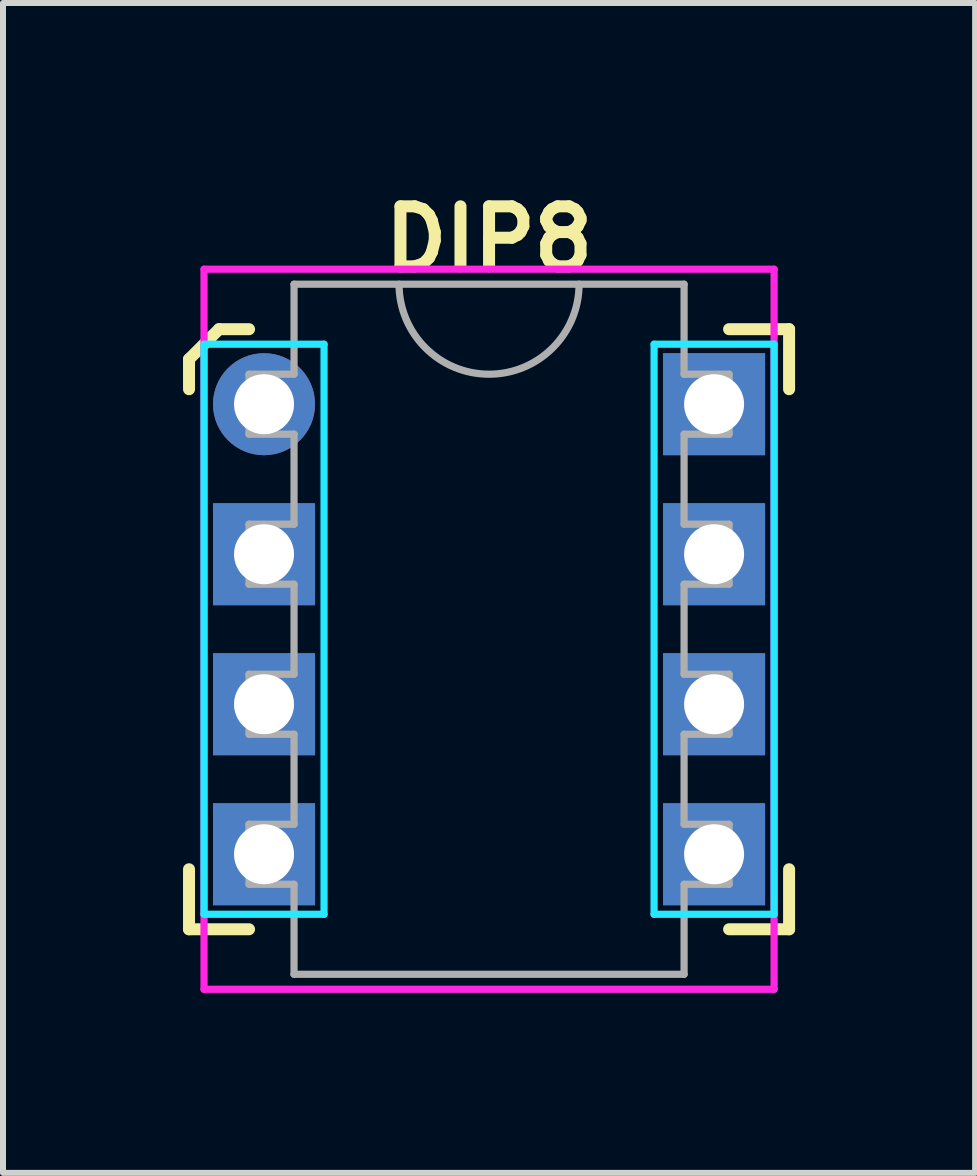
<source format=kicad_pcb>
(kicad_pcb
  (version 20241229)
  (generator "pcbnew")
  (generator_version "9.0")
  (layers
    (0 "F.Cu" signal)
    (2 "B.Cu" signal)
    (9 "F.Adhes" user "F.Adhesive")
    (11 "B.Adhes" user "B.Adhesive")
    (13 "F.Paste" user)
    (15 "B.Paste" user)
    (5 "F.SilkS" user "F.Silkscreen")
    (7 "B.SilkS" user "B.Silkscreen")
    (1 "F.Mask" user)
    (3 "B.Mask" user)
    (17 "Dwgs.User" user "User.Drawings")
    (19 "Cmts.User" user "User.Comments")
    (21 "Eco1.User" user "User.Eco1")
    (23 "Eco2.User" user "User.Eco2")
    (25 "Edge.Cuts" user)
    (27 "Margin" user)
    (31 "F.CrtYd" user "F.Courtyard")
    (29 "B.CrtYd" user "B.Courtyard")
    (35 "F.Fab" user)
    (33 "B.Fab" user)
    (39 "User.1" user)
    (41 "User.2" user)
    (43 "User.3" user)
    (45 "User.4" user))
  (footprint "DIP8"
    (layer "F.Cu")
    (at 5.1 7.436)
    (property "Reference" "DIP8" (at 0 -6.5 180) (layer "F.SilkS") (effects (font (size 1 1) (thickness 0.2))))
    (attr through_hole)
    (fp_line (start -5 -4.5) (end -5 -4) (stroke (width 0.2) (type solid)) (layer "F.SilkS"))
    (fp_line (start -5 5) (end -5 4) (stroke (width 0.2) (type solid)) (layer "F.SilkS"))
    (fp_line (start -5 5) (end -4 5) (stroke (width 0.2) (type solid)) (layer "F.SilkS"))
    (fp_line (start -4.5 -5) (end -5 -4.5) (stroke (width 0.2) (type solid)) (layer "F.SilkS"))
    (fp_line (start -4.5 -5) (end -4 -5) (stroke (width 0.2) (type solid)) (layer "F.SilkS"))
    (fp_line (start 5 -5) (end 4 -5) (stroke (width 0.2) (type solid)) (layer "F.SilkS"))
    (fp_line (start 5 -5) (end 5 -4) (stroke (width 0.2) (type solid)) (layer "F.SilkS"))
    (fp_line (start 5 5) (end 4 5) (stroke (width 0.2) (type solid)) (layer "F.SilkS"))
    (fp_line (start 5 5) (end 5 4) (stroke (width 0.2) (type solid)) (layer "F.SilkS"))
    (fp_line (start -4.75 -4.75) (end -2.75 -4.75) (stroke (width 0.12) (type solid)) (layer "B.CrtYd"))
    (fp_line (start -4.75 4.75) (end -4.75 -4.75) (stroke (width 0.12) (type solid)) (layer "B.CrtYd"))
    (fp_line (start -2.75 -4.75) (end -2.75 4.75) (stroke (width 0.12) (type solid)) (layer "B.CrtYd"))
    (fp_line (start -2.75 4.75) (end -4.75 4.75) (stroke (width 0.12) (type solid)) (layer "B.CrtYd"))
    (fp_line (start 2.75 -4.75) (end 4.75 -4.75) (stroke (width 0.12) (type solid)) (layer "B.CrtYd"))
    (fp_line (start 2.75 4.75) (end 2.75 -4.75) (stroke (width 0.12) (type solid)) (layer "B.CrtYd"))
    (fp_line (start 4.75 -4.75) (end 4.75 4.75) (stroke (width 0.12) (type solid)) (layer "B.CrtYd"))
    (fp_line (start 4.75 4.75) (end 2.75 4.75) (stroke (width 0.12) (type solid)) (layer "B.CrtYd"))
    (fp_line (start -4.75 -6) (end 4.75 -6) (stroke (width 0.12) (type solid)) (layer "F.CrtYd"))
    (fp_line (start -4.75 6) (end -4.75 -6) (stroke (width 0.12) (type solid)) (layer "F.CrtYd"))
    (fp_line (start 4.75 -6) (end 4.75 6) (stroke (width 0.12) (type solid)) (layer "F.CrtYd"))
    (fp_line (start 4.75 6) (end -4.75 6) (stroke (width 0.12) (type solid)) (layer "F.CrtYd"))
    (fp_line (start -4 -3.25) (end -4 -4.25) (stroke (width 0.12) (type solid)) (layer "F.Fab"))
    (fp_line (start -4 -3.25) (end -3.25 -3.25) (stroke (width 0.12) (type solid)) (layer "F.Fab"))
    (fp_line (start -4 -0.75) (end -4 -1.75) (stroke (width 0.12) (type solid)) (layer "F.Fab"))
    (fp_line (start -4 -0.75) (end -3.25 -0.75) (stroke (width 0.12) (type solid)) (layer "F.Fab"))
    (fp_line (start -4 1.75) (end -4 0.75) (stroke (width 0.12) (type solid)) (layer "F.Fab"))
    (fp_line (start -4 1.75) (end -3.25 1.75) (stroke (width 0.12) (type solid)) (layer "F.Fab"))
    (fp_line (start -4 4.25) (end -4 3.25) (stroke (width 0.12) (type solid)) (layer "F.Fab"))
    (fp_line (start -4 4.25) (end -3.25 4.25) (stroke (width 0.12) (type solid)) (layer "F.Fab"))
    (fp_line (start -3.25 -4.25) (end -4 -4.25) (stroke (width 0.12) (type solid)) (layer "F.Fab"))
    (fp_line (start -3.25 -4.25) (end -3.25 -5.75) (stroke (width 0.12) (type solid)) (layer "F.Fab"))
    (fp_line (start -3.25 -1.75) (end -4 -1.75) (stroke (width 0.12) (type solid)) (layer "F.Fab"))
    (fp_line (start -3.25 -1.75) (end -3.25 -3.25) (stroke (width 0.12) (type solid)) (layer "F.Fab"))
    (fp_line (start -3.25 0.75) (end -4 0.75) (stroke (width 0.12) (type solid)) (layer "F.Fab"))
    (fp_line (start -3.25 0.75) (end -3.25 -0.75) (stroke (width 0.12) (type solid)) (layer "F.Fab"))
    (fp_line (start -3.25 3.25) (end -4 3.25) (stroke (width 0.12) (type solid)) (layer "F.Fab"))
    (fp_line (start -3.25 3.25) (end -3.25 1.75) (stroke (width 0.12) (type solid)) (layer "F.Fab"))
    (fp_line (start -3.25 5.75) (end -3.25 4.25) (stroke (width 0.12) (type solid)) (layer "F.Fab"))
    (fp_line (start -3.25 5.75) (end 3.25 5.75) (stroke (width 0.12) (type solid)) (layer "F.Fab"))
    (fp_line (start 3.25 -5.75) (end -3.25 -5.75) (stroke (width 0.12) (type solid)) (layer "F.Fab"))
    (fp_line (start 3.25 -4.25) (end 3.25 -5.75) (stroke (width 0.12) (type solid)) (layer "F.Fab"))
    (fp_line (start 3.25 -3.25) (end 4 -3.25) (stroke (width 0.12) (type solid)) (layer "F.Fab"))
    (fp_line (start 3.25 -1.75) (end 3.25 -3.25) (stroke (width 0.12) (type solid)) (layer "F.Fab"))
    (fp_line (start 3.25 -0.75) (end 4 -0.75) (stroke (width 0.12) (type solid)) (layer "F.Fab"))
    (fp_line (start 3.25 0.75) (end 3.25 -0.75) (stroke (width 0.12) (type solid)) (layer "F.Fab"))
    (fp_line (start 3.25 1.75) (end 4 1.75) (stroke (width 0.12) (type solid)) (layer "F.Fab"))
    (fp_line (start 3.25 3.25) (end 3.25 1.75) (stroke (width 0.12) (type solid)) (layer "F.Fab"))
    (fp_line (start 3.25 4.25) (end 4 4.25) (stroke (width 0.12) (type solid)) (layer "F.Fab"))
    (fp_line (start 3.25 5.75) (end 3.25 4.25) (stroke (width 0.12) (type solid)) (layer "F.Fab"))
    (fp_line (start 4 -4.25) (end 3.25 -4.25) (stroke (width 0.12) (type solid)) (layer "F.Fab"))
    (fp_line (start 4 -3.25) (end 4 -4.25) (stroke (width 0.12) (type solid)) (layer "F.Fab"))
    (fp_line (start 4 -1.75) (end 3.25 -1.75) (stroke (width 0.12) (type solid)) (layer "F.Fab"))
    (fp_line (start 4 -0.75) (end 4 -1.75) (stroke (width 0.12) (type solid)) (layer "F.Fab"))
    (fp_line (start 4 0.75) (end 3.25 0.75) (stroke (width 0.12) (type solid)) (layer "F.Fab"))
    (fp_line (start 4 1.75) (end 4 0.75) (stroke (width 0.12) (type solid)) (layer "F.Fab"))
    (fp_line (start 4 3.25) (end 3.25 3.25) (stroke (width 0.12) (type solid)) (layer "F.Fab"))
    (fp_line (start 4 4.25) (end 4 3.25) (stroke (width 0.12) (type solid)) (layer "F.Fab"))
    (fp_arc (start 1.5 -5.75) (mid 0 -4.25) (end -1.5 -5.75) (stroke (width 0.12) (type solid)) (layer "F.Fab"))
    (pad "1" thru_hole circle (at -3.75 -3.75) (size 1.7 1.7) (drill 1) (layers "*.Cu" "*.Mask"))
    (pad "2" thru_hole rect (at -3.75 -1.25) (size 1.7 1.7) (drill 1) (layers "*.Cu" "*.Mask"))
    (pad "3" thru_hole rect (at -3.75 1.25) (size 1.7 1.7) (drill 1) (layers "*.Cu" "*.Mask"))
    (pad "4" thru_hole rect (at -3.75 3.75) (size 1.7 1.7) (drill 1) (layers "*.Cu" "*.Mask"))
    (pad "5" thru_hole rect (at 3.75 3.75) (size 1.7 1.7) (drill 1) (layers "*.Cu" "*.Mask"))
    (pad "6" thru_hole rect (at 3.75 1.25) (size 1.7 1.7) (drill 1) (layers "*.Cu" "*.Mask"))
    (pad "7" thru_hole rect (at 3.75 -1.25) (size 1.7 1.7) (drill 1) (layers "*.Cu" "*.Mask"))
    (pad "8" thru_hole rect (at 3.75 -3.75) (size 1.7 1.7) (drill 1) (layers "*.Cu" "*.Mask")))
  (gr_rect
    (start -3 -3)
    (end 13.2 16.496)
    (stroke (width 0.1) (type default))
    (fill no)
    (layer "Edge.Cuts")))
</source>
